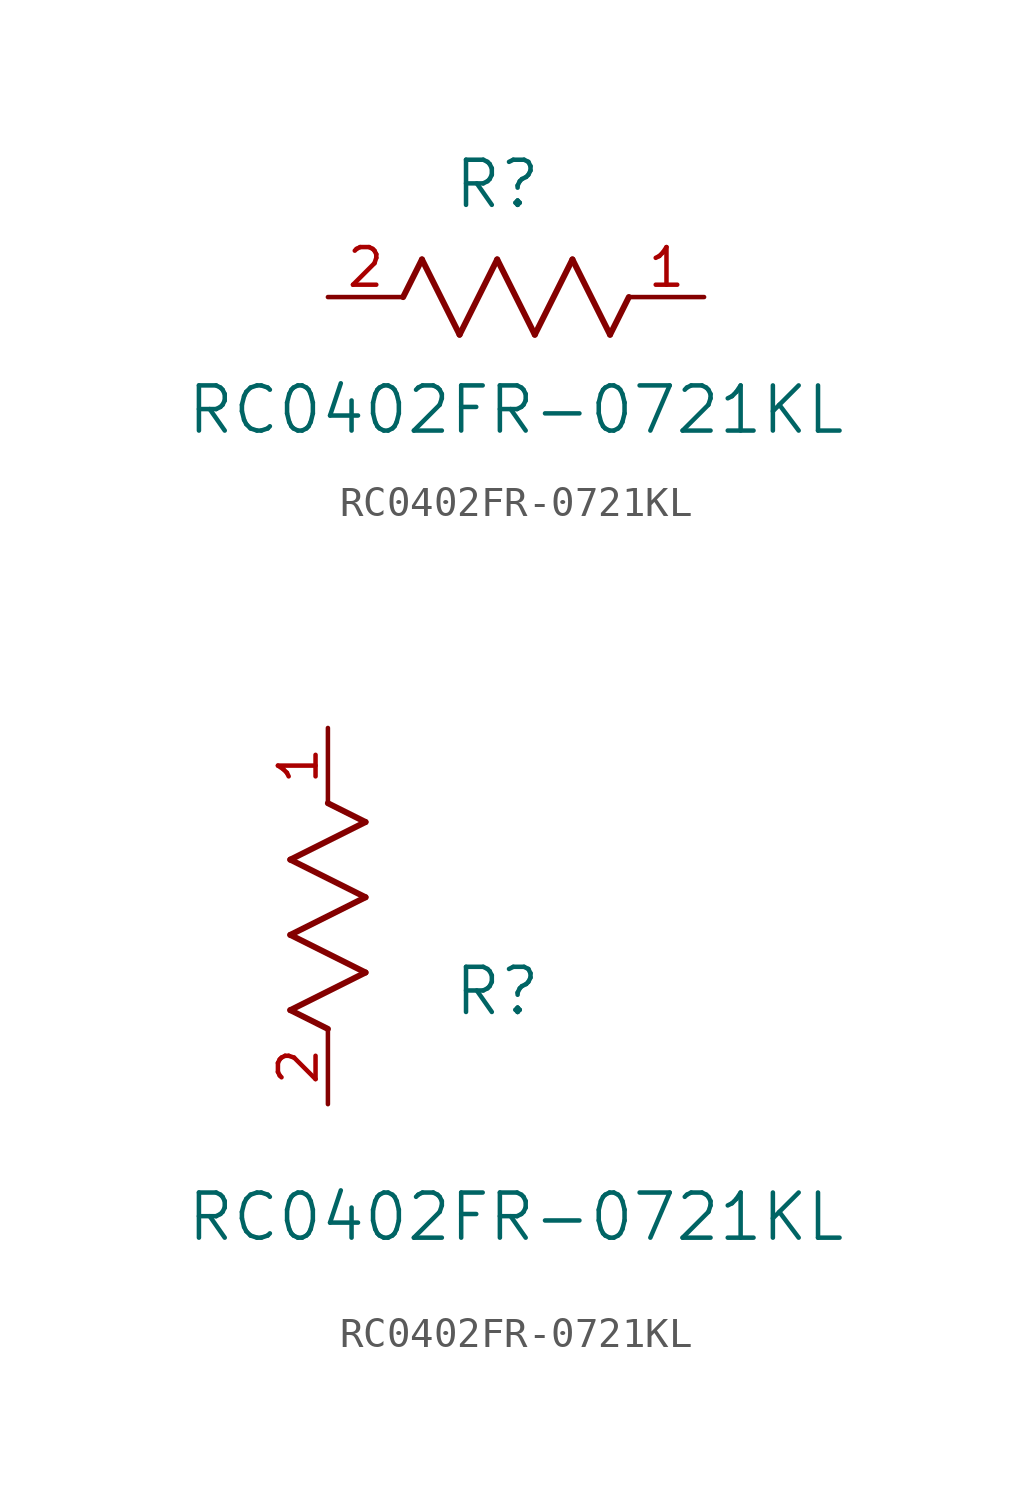
<source format=kicad_sym>
(kicad_symbol_lib
  (version 20211014)
  (generator kicad_symbol_editor)
  (symbol "RC0402FR-0721KL"
    (pin_names
      (offset 0.254))
    (property "Reference" "R"
      (at 5.715 3.81 0)
      (effects (font (size 1.524 1.524))))
    (property "Value" "RC0402FR-0721KL"
      (at 6.35 -3.81 0)
      (effects (font (size 1.524 1.524))))
    (symbol "RC0402FR-0721KL_1_1"
      (polyline (pts (xy 3.175 1.27) (xy 4.445 -1.27)) (stroke (width 0.203) (type default) (color 0 0 0 0)) (fill (type none)))
      (polyline (pts (xy 4.445 -1.27) (xy 5.715 1.27)) (stroke (width 0.203) (type default) (color 0 0 0 0)) (fill (type none)))
      (polyline (pts (xy 5.715 1.27) (xy 6.985 -1.27)) (stroke (width 0.203) (type default) (color 0 0 0 0)) (fill (type none)))
      (polyline (pts (xy 6.985 -1.27) (xy 8.255 1.27)) (stroke (width 0.203) (type default) (color 0 0 0 0)) (fill (type none)))
      (polyline (pts (xy 8.255 1.27) (xy 9.525 -1.27)) (stroke (width 0.203) (type default) (color 0 0 0 0)) (fill (type none)))
      (polyline (pts (xy 2.54 0) (xy 3.175 1.27)) (stroke (width 0.203) (type default) (color 0 0 0 0)) (fill (type none)))
      (polyline (pts (xy 9.525 -1.27) (xy 10.16 0)) (stroke (width 0.203) (type default) (color 0 0 0 0)) (fill (type none)))
      (pin unspecified line (at 12.7 0 180) (length 2.54) (name "" (effects (font (size 1.27 1.27)))) (number "1" (effects (font (size 1.27 1.27)))))
      (pin unspecified line (at 0 0 0) (length 2.54) (name "" (effects (font (size 1.27 1.27)))) (number "2" (effects (font (size 1.27 1.27))))))
    (symbol "RC0402FR-0721KL_1_2"
      (polyline (pts (xy 0 2.54) (xy -1.27 3.175)) (stroke (width 0.203) (type default) (color 0 0 0 0)) (fill (type none)))
      (polyline (pts (xy -1.27 3.175) (xy 1.27 4.445)) (stroke (width 0.203) (type default) (color 0 0 0 0)) (fill (type none)))
      (polyline (pts (xy 1.27 4.445) (xy -1.27 5.715)) (stroke (width 0.203) (type default) (color 0 0 0 0)) (fill (type none)))
      (polyline (pts (xy -1.27 5.715) (xy 1.27 6.985)) (stroke (width 0.203) (type default) (color 0 0 0 0)) (fill (type none)))
      (polyline (pts (xy -1.27 8.255) (xy 1.27 9.525)) (stroke (width 0.203) (type default) (color 0 0 0 0)) (fill (type none)))
      (polyline (pts (xy 1.27 9.525) (xy 0 10.16)) (stroke (width 0.203) (type default) (color 0 0 0 0)) (fill (type none)))
      (polyline (pts (xy 1.27 6.985) (xy -1.27 8.255)) (stroke (width 0.203) (type default) (color 0 0 0 0)) (fill (type none)))
      (pin unspecified line (at 0 12.7 270) (length 2.54) (name "" (effects (font (size 1.27 1.27)))) (number "1" (effects (font (size 1.27 1.27)))))
      (pin unspecified line (at 0 0 90) (length 2.54) (name "" (effects (font (size 1.27 1.27)))) (number "2" (effects (font (size 1.27 1.27))))))))
</source>
